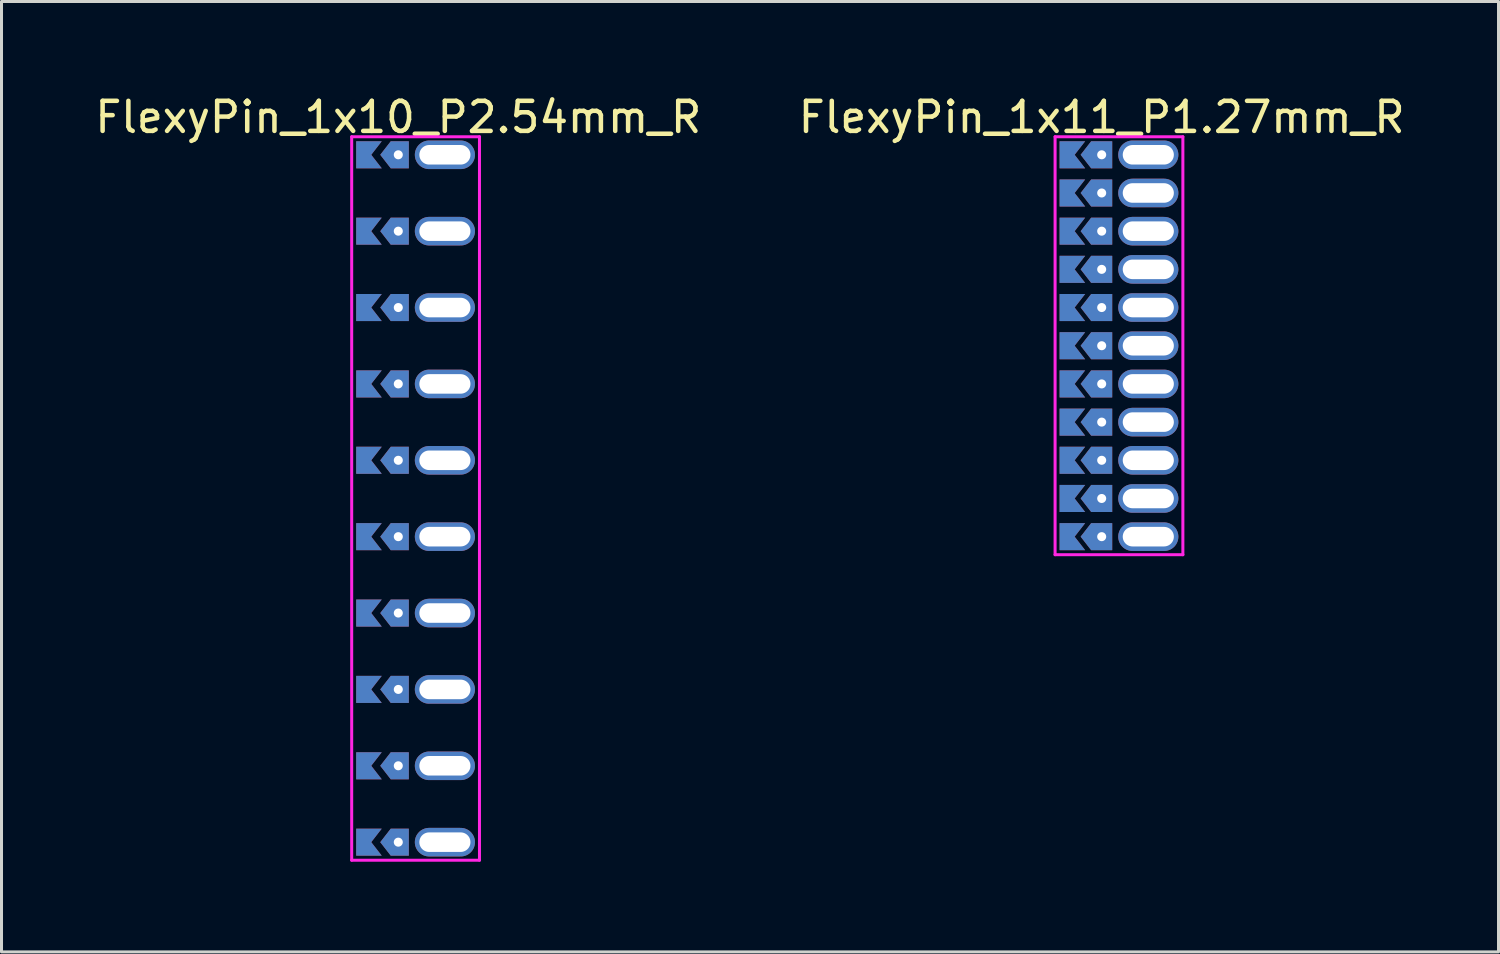
<source format=kicad_pcb>
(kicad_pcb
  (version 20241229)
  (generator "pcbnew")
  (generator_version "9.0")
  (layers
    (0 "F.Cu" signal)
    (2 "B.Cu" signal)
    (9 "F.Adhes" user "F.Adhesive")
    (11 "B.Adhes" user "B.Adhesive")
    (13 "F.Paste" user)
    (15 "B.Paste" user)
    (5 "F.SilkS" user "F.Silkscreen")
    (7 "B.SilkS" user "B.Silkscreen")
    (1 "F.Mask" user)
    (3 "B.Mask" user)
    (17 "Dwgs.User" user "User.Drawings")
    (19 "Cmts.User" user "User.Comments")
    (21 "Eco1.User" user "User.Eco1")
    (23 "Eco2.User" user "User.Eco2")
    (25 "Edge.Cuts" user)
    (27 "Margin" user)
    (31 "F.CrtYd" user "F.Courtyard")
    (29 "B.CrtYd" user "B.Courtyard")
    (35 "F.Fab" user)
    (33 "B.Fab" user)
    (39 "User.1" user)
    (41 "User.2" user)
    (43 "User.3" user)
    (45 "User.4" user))
  (footprint "FlexyPin_1x10_P2.54mm_R"
    (layer "F.Cu")
    (at 10.196 2.098)
    (property "Reference" "FlexyPin_1x10_P2.54mm_R" (at 0 -1.25 0) (layer "F.SilkS") (effects (font (size 1 1) (thickness 0.15))))
    (attr through_hole)
    (fp_line (start -1.55 -0.6) (end 2.7 -0.6) (stroke (width 0.1) (type solid)) (layer "F.CrtYd"))
    (fp_line (start -1.55 23.46) (end -1.55 -0.6) (stroke (width 0.1) (type solid)) (layer "F.CrtYd"))
    (fp_line (start 2.7 -0.6) (end 2.7 23.46) (stroke (width 0.1) (type solid)) (layer "F.CrtYd"))
    (fp_line (start 2.7 23.46) (end -1.55 23.46) (stroke (width 0.1) (type solid)) (layer "F.CrtYd"))
    (pad "" thru_hole custom (at 0 0) (size 0.3 0.3) (drill 0.6) (layers "*.Cu" "*.Mask") (options (anchor rect)) (primitives (gr_poly (pts (xy 0.35 0.45) (xy 0.35 -0.45) (xy -0.25 -0.45) (xy -0.6 0) (xy -0.25 0.45)) (width 0) (fill yes))))
    (pad "" thru_hole custom (at 0 2.54) (size 0.3 0.3) (drill 0.6) (layers "*.Cu" "*.Mask") (options (anchor rect)) (primitives (gr_poly (pts (xy 0.35 0.45) (xy 0.35 -0.45) (xy -0.25 -0.45) (xy -0.6 0) (xy -0.25 0.45)) (width 0) (fill yes))))
    (pad "" thru_hole custom (at 0 5.08) (size 0.3 0.3) (drill 0.6) (layers "*.Cu" "*.Mask") (options (anchor rect)) (primitives (gr_poly (pts (xy 0.35 0.45) (xy 0.35 -0.45) (xy -0.25 -0.45) (xy -0.6 0) (xy -0.25 0.45)) (width 0) (fill yes))))
    (pad "" thru_hole custom (at 0 7.62) (size 0.3 0.3) (drill 0.6) (layers "*.Cu" "*.Mask") (options (anchor rect)) (primitives (gr_poly (pts (xy 0.35 0.45) (xy 0.35 -0.45) (xy -0.25 -0.45) (xy -0.6 0) (xy -0.25 0.45)) (width 0) (fill yes))))
    (pad "" thru_hole custom (at 0 10.16) (size 0.3 0.3) (drill 0.6) (layers "*.Cu" "*.Mask") (options (anchor rect)) (primitives (gr_poly (pts (xy 0.35 0.45) (xy 0.35 -0.45) (xy -0.25 -0.45) (xy -0.6 0) (xy -0.25 0.45)) (width 0) (fill yes))))
    (pad "" thru_hole custom (at 0 12.7) (size 0.3 0.3) (drill 0.6) (layers "*.Cu" "*.Mask") (options (anchor rect)) (primitives (gr_poly (pts (xy 0.35 0.45) (xy 0.35 -0.45) (xy -0.25 -0.45) (xy -0.6 0) (xy -0.25 0.45)) (width 0) (fill yes))))
    (pad "" thru_hole custom (at 0 15.24) (size 0.3 0.3) (drill 0.6) (layers "*.Cu" "*.Mask") (options (anchor rect)) (primitives (gr_poly (pts (xy 0.35 0.45) (xy 0.35 -0.45) (xy -0.25 -0.45) (xy -0.6 0) (xy -0.25 0.45)) (width 0) (fill yes))))
    (pad "" thru_hole custom (at 0 17.78) (size 0.3 0.3) (drill 0.6) (layers "*.Cu" "*.Mask") (options (anchor rect)) (primitives (gr_poly (pts (xy 0.35 0.45) (xy 0.35 -0.45) (xy -0.25 -0.45) (xy -0.6 0) (xy -0.25 0.45)) (width 0) (fill yes))))
    (pad "" thru_hole custom (at 0 20.32) (size 0.3 0.3) (drill 0.6) (layers "*.Cu" "*.Mask") (options (anchor rect)) (primitives (gr_poly (pts (xy 0.35 0.45) (xy 0.35 -0.45) (xy -0.25 -0.45) (xy -0.6 0) (xy -0.25 0.45)) (width 0) (fill yes))))
    (pad "" thru_hole custom (at 0 22.86) (size 0.3 0.3) (drill 0.6) (layers "*.Cu" "*.Mask") (options (anchor rect)) (primitives (gr_poly (pts (xy 0.35 0.45) (xy 0.35 -0.45) (xy -0.25 -0.45) (xy -0.6 0) (xy -0.25 0.45)) (width 0) (fill yes))))
    (pad "" thru_hole oval (at 1.55 0) (size 2 0.95) (drill oval 1.7 0.65) (layers "*.Cu" "*.Mask"))
    (pad "" thru_hole oval (at 1.55 2.54) (size 2 0.95) (drill oval 1.7 0.65) (layers "*.Cu" "*.Mask"))
    (pad "" thru_hole oval (at 1.55 5.08) (size 2 0.95) (drill oval 1.7 0.65) (layers "*.Cu" "*.Mask"))
    (pad "" thru_hole oval (at 1.55 7.62) (size 2 0.95) (drill oval 1.7 0.65) (layers "*.Cu" "*.Mask"))
    (pad "" thru_hole oval (at 1.55 10.16) (size 2 0.95) (drill oval 1.7 0.65) (layers "*.Cu" "*.Mask"))
    (pad "" thru_hole oval (at 1.55 12.7) (size 2 0.95) (drill oval 1.7 0.65) (layers "*.Cu" "*.Mask"))
    (pad "" thru_hole oval (at 1.55 15.24) (size 2 0.95) (drill oval 1.7 0.65) (layers "*.Cu" "*.Mask"))
    (pad "" thru_hole oval (at 1.55 17.78) (size 2 0.95) (drill oval 1.7 0.65) (layers "*.Cu" "*.Mask"))
    (pad "" thru_hole oval (at 1.55 20.32) (size 2 0.95) (drill oval 1.7 0.65) (layers "*.Cu" "*.Mask"))
    (pad "" thru_hole oval (at 1.55 22.86) (size 2 0.95) (drill oval 1.7 0.65) (layers "*.Cu" "*.Mask"))
    (pad "1" smd custom (at -0.9 0) (size 0.01 0.01) (layers "F.Cu" "F.Mask") (options (anchor rect)) (primitives (gr_poly (pts (xy 0 0) (xy 0.35 0.45) (xy -0.5 0.45) (xy -0.5 -0.45) (xy 0.35 -0.45)) (width 0) (fill yes))))
    (pad "2" smd custom (at -0.9 2.54) (size 0.01 0.01) (layers "F.Cu" "F.Mask") (options (anchor rect)) (primitives (gr_poly (pts (xy 0 0) (xy 0.35 0.45) (xy -0.5 0.45) (xy -0.5 -0.45) (xy 0.35 -0.45)) (width 0) (fill yes))))
    (pad "3" smd custom (at -0.9 5.08) (size 0.01 0.01) (layers "F.Cu" "F.Mask") (options (anchor rect)) (primitives (gr_poly (pts (xy 0 0) (xy 0.35 0.45) (xy -0.5 0.45) (xy -0.5 -0.45) (xy 0.35 -0.45)) (width 0) (fill yes))))
    (pad "4" smd custom (at -0.9 7.62) (size 0.01 0.01) (layers "F.Cu" "F.Mask") (options (anchor rect)) (primitives (gr_poly (pts (xy 0 0) (xy 0.35 0.45) (xy -0.5 0.45) (xy -0.5 -0.45) (xy 0.35 -0.45)) (width 0) (fill yes))))
    (pad "5" smd custom (at -0.9 10.16) (size 0.01 0.01) (layers "F.Cu" "F.Mask") (options (anchor rect)) (primitives (gr_poly (pts (xy 0 0) (xy 0.35 0.45) (xy -0.5 0.45) (xy -0.5 -0.45) (xy 0.35 -0.45)) (width 0) (fill yes))))
    (pad "6" smd custom (at -0.9 12.7) (size 0.01 0.01) (layers "F.Cu" "F.Mask") (options (anchor rect)) (primitives (gr_poly (pts (xy 0 0) (xy 0.35 0.45) (xy -0.5 0.45) (xy -0.5 -0.45) (xy 0.35 -0.45)) (width 0) (fill yes))))
    (pad "7" smd custom (at -0.9 15.24) (size 0.01 0.01) (layers "F.Cu" "F.Mask") (options (anchor rect)) (primitives (gr_poly (pts (xy 0 0) (xy 0.35 0.45) (xy -0.5 0.45) (xy -0.5 -0.45) (xy 0.35 -0.45)) (width 0) (fill yes))))
    (pad "8" smd custom (at -0.9 17.78) (size 0.01 0.01) (layers "F.Cu" "F.Mask") (options (anchor rect)) (primitives (gr_poly (pts (xy 0 0) (xy 0.35 0.45) (xy -0.5 0.45) (xy -0.5 -0.45) (xy 0.35 -0.45)) (width 0) (fill yes))))
    (pad "9" smd custom (at -0.9 20.32) (size 0.01 0.01) (layers "F.Cu" "F.Mask") (options (anchor rect)) (primitives (gr_poly (pts (xy 0 0) (xy 0.35 0.45) (xy -0.5 0.45) (xy -0.5 -0.45) (xy 0.35 -0.45)) (width 0) (fill yes))))
    (pad "10" smd custom (at -0.9 22.86) (size 0.01 0.01) (layers "F.Cu" "F.Mask") (options (anchor rect)) (primitives (gr_poly (pts (xy 0 0) (xy 0.35 0.45) (xy -0.5 0.45) (xy -0.5 -0.45) (xy 0.35 -0.45)) (width 0) (fill yes))))
    (pad "11" smd custom (at -0.9 0) (size 0.01 0.01) (layers "B.Cu" "B.Mask") (options (anchor rect)) (primitives (gr_poly (pts (xy 0 0) (xy 0.35 0.45) (xy -0.5 0.45) (xy -0.5 -0.45) (xy 0.35 -0.45)) (width 0) (fill yes))))
    (pad "12" smd custom (at -0.9 2.54) (size 0.01 0.01) (layers "B.Cu" "B.Mask") (options (anchor rect)) (primitives (gr_poly (pts (xy 0 0) (xy 0.35 0.45) (xy -0.5 0.45) (xy -0.5 -0.45) (xy 0.35 -0.45)) (width 0) (fill yes))))
    (pad "13" smd custom (at -0.9 5.08) (size 0.01 0.01) (layers "B.Cu" "B.Mask") (options (anchor rect)) (primitives (gr_poly (pts (xy 0 0) (xy 0.35 0.45) (xy -0.5 0.45) (xy -0.5 -0.45) (xy 0.35 -0.45)) (width 0) (fill yes))))
    (pad "14" smd custom (at -0.9 7.62) (size 0.01 0.01) (layers "B.Cu" "B.Mask") (options (anchor rect)) (primitives (gr_poly (pts (xy 0 0) (xy 0.35 0.45) (xy -0.5 0.45) (xy -0.5 -0.45) (xy 0.35 -0.45)) (width 0) (fill yes))))
    (pad "15" smd custom (at -0.9 10.16) (size 0.01 0.01) (layers "B.Cu" "B.Mask") (options (anchor rect)) (primitives (gr_poly (pts (xy 0 0) (xy 0.35 0.45) (xy -0.5 0.45) (xy -0.5 -0.45) (xy 0.35 -0.45)) (width 0) (fill yes))))
    (pad "16" smd custom (at -0.9 12.7) (size 0.01 0.01) (layers "B.Cu" "B.Mask") (options (anchor rect)) (primitives (gr_poly (pts (xy 0 0) (xy 0.35 0.45) (xy -0.5 0.45) (xy -0.5 -0.45) (xy 0.35 -0.45)) (width 0) (fill yes))))
    (pad "17" smd custom (at -0.9 15.24) (size 0.01 0.01) (layers "B.Cu" "B.Mask") (options (anchor rect)) (primitives (gr_poly (pts (xy 0 0) (xy 0.35 0.45) (xy -0.5 0.45) (xy -0.5 -0.45) (xy 0.35 -0.45)) (width 0) (fill yes))))
    (pad "18" smd custom (at -0.9 17.78) (size 0.01 0.01) (layers "B.Cu" "B.Mask") (options (anchor rect)) (primitives (gr_poly (pts (xy 0 0) (xy 0.35 0.45) (xy -0.5 0.45) (xy -0.5 -0.45) (xy 0.35 -0.45)) (width 0) (fill yes))))
    (pad "19" smd custom (at -0.9 20.32) (size 0.01 0.01) (layers "B.Cu" "B.Mask") (options (anchor rect)) (primitives (gr_poly (pts (xy 0 0) (xy 0.35 0.45) (xy -0.5 0.45) (xy -0.5 -0.45) (xy 0.35 -0.45)) (width 0) (fill yes))))
    (pad "20" smd custom (at -0.9 22.86) (size 0.01 0.01) (layers "B.Cu" "B.Mask") (options (anchor rect)) (primitives (gr_poly (pts (xy 0 0) (xy 0.35 0.45) (xy -0.5 0.45) (xy -0.5 -0.45) (xy 0.35 -0.45)) (width 0) (fill yes)))))
  (footprint "FlexyPin_1x11_P1.27mm_R"
    (layer "F.Cu")
    (at 33.589 2.098)
    (property "Reference" "FlexyPin_1x11_P1.27mm_R" (at 0 -1.25 0) (layer "F.SilkS") (effects (font (size 1 1) (thickness 0.15))))
    (attr through_hole)
    (fp_line (start -1.55 -0.6) (end 2.7 -0.6) (stroke (width 0.1) (type solid)) (layer "F.CrtYd"))
    (fp_line (start -1.55 13.3) (end -1.55 -0.6) (stroke (width 0.1) (type solid)) (layer "F.CrtYd"))
    (fp_line (start 2.7 -0.6) (end 2.7 13.3) (stroke (width 0.1) (type solid)) (layer "F.CrtYd"))
    (fp_line (start 2.7 13.3) (end -1.55 13.3) (stroke (width 0.1) (type solid)) (layer "F.CrtYd"))
    (pad "" thru_hole custom (at 0 0) (size 0.3 0.3) (drill 0.6) (layers "*.Cu" "*.Mask") (options (anchor rect)) (primitives (gr_poly (pts (xy 0.35 0.45) (xy 0.35 -0.45) (xy -0.35 -0.45) (xy -0.7 0) (xy -0.35 0.45)) (width 0) (fill yes))))
    (pad "" thru_hole custom (at 0 1.27) (size 0.3 0.3) (drill 0.6) (layers "*.Cu" "*.Mask") (options (anchor rect)) (primitives (gr_poly (pts (xy 0.35 0.45) (xy 0.35 -0.45) (xy -0.35 -0.45) (xy -0.7 0) (xy -0.35 0.45)) (width 0) (fill yes))))
    (pad "" thru_hole custom (at 0 2.54) (size 0.3 0.3) (drill 0.6) (layers "*.Cu" "*.Mask") (options (anchor rect)) (primitives (gr_poly (pts (xy 0.35 0.45) (xy 0.35 -0.45) (xy -0.35 -0.45) (xy -0.7 0) (xy -0.35 0.45)) (width 0) (fill yes))))
    (pad "" thru_hole custom (at 0 3.81) (size 0.3 0.3) (drill 0.6) (layers "*.Cu" "*.Mask") (options (anchor rect)) (primitives (gr_poly (pts (xy 0.35 0.45) (xy 0.35 -0.45) (xy -0.35 -0.45) (xy -0.7 0) (xy -0.35 0.45)) (width 0) (fill yes))))
    (pad "" thru_hole custom (at 0 5.08) (size 0.3 0.3) (drill 0.6) (layers "*.Cu" "*.Mask") (options (anchor rect)) (primitives (gr_poly (pts (xy 0.35 0.45) (xy 0.35 -0.45) (xy -0.35 -0.45) (xy -0.7 0) (xy -0.35 0.45)) (width 0) (fill yes))))
    (pad "" thru_hole custom (at 0 6.35) (size 0.3 0.3) (drill 0.6) (layers "*.Cu" "*.Mask") (options (anchor rect)) (primitives (gr_poly (pts (xy 0.35 0.45) (xy 0.35 -0.45) (xy -0.35 -0.45) (xy -0.7 0) (xy -0.35 0.45)) (width 0) (fill yes))))
    (pad "" thru_hole custom (at 0 7.62) (size 0.3 0.3) (drill 0.6) (layers "*.Cu" "*.Mask") (options (anchor rect)) (primitives (gr_poly (pts (xy 0.35 0.45) (xy 0.35 -0.45) (xy -0.35 -0.45) (xy -0.7 0) (xy -0.35 0.45)) (width 0) (fill yes))))
    (pad "" thru_hole custom (at 0 8.89) (size 0.3 0.3) (drill 0.6) (layers "*.Cu" "*.Mask") (options (anchor rect)) (primitives (gr_poly (pts (xy 0.35 0.45) (xy 0.35 -0.45) (xy -0.35 -0.45) (xy -0.7 0) (xy -0.35 0.45)) (width 0) (fill yes))))
    (pad "" thru_hole custom (at 0 10.16) (size 0.3 0.3) (drill 0.6) (layers "*.Cu" "*.Mask") (options (anchor rect)) (primitives (gr_poly (pts (xy 0.35 0.45) (xy 0.35 -0.45) (xy -0.35 -0.45) (xy -0.7 0) (xy -0.35 0.45)) (width 0) (fill yes))))
    (pad "" thru_hole custom (at 0 11.43) (size 0.3 0.3) (drill 0.6) (layers "*.Cu" "*.Mask") (options (anchor rect)) (primitives (gr_poly (pts (xy 0.35 0.45) (xy 0.35 -0.45) (xy -0.35 -0.45) (xy -0.7 0) (xy -0.35 0.45)) (width 0) (fill yes))))
    (pad "" thru_hole custom (at 0 12.7) (size 0.3 0.3) (drill 0.6) (layers "*.Cu" "*.Mask") (options (anchor rect)) (primitives (gr_poly (pts (xy 0.35 0.45) (xy 0.35 -0.45) (xy -0.35 -0.45) (xy -0.7 0) (xy -0.35 0.45)) (width 0) (fill yes))))
    (pad "" thru_hole oval (at 1.55 0) (size 2 0.95) (drill oval 1.7 0.65) (layers "*.Cu" "*.Mask"))
    (pad "" thru_hole oval (at 1.55 1.27) (size 2 0.95) (drill oval 1.7 0.65) (layers "*.Cu" "*.Mask"))
    (pad "" thru_hole oval (at 1.55 2.54) (size 2 0.95) (drill oval 1.7 0.65) (layers "*.Cu" "*.Mask"))
    (pad "" thru_hole oval (at 1.55 3.81) (size 2 0.95) (drill oval 1.7 0.65) (layers "*.Cu" "*.Mask"))
    (pad "" thru_hole oval (at 1.55 5.08) (size 2 0.95) (drill oval 1.7 0.65) (layers "*.Cu" "*.Mask"))
    (pad "" thru_hole oval (at 1.55 6.35) (size 2 0.95) (drill oval 1.7 0.65) (layers "*.Cu" "*.Mask"))
    (pad "" thru_hole oval (at 1.55 7.62) (size 2 0.95) (drill oval 1.7 0.65) (layers "*.Cu" "*.Mask"))
    (pad "" thru_hole oval (at 1.55 8.89) (size 2 0.95) (drill oval 1.7 0.65) (layers "*.Cu" "*.Mask"))
    (pad "" thru_hole oval (at 1.55 10.16) (size 2 0.95) (drill oval 1.7 0.65) (layers "*.Cu" "*.Mask"))
    (pad "" thru_hole oval (at 1.55 11.43) (size 2 0.95) (drill oval 1.7 0.65) (layers "*.Cu" "*.Mask"))
    (pad "" thru_hole oval (at 1.55 12.7) (size 2 0.95) (drill oval 1.7 0.65) (layers "*.Cu" "*.Mask"))
    (pad "1" smd custom (at -0.9 0) (size 0.01 0.01) (layers "F.Cu" "F.Mask") (options (anchor rect)) (primitives (gr_poly (pts (xy 0 0) (xy 0.35 0.45) (xy -0.5 0.45) (xy -0.5 -0.45) (xy 0.35 -0.45)) (width 0) (fill yes))))
    (pad "2" smd custom (at -0.9 1.27) (size 0.01 0.01) (layers "F.Cu" "F.Mask") (options (anchor rect)) (primitives (gr_poly (pts (xy 0 0) (xy 0.35 0.45) (xy -0.5 0.45) (xy -0.5 -0.45) (xy 0.35 -0.45)) (width 0) (fill yes))))
    (pad "3" smd custom (at -0.9 2.54) (size 0.01 0.01) (layers "F.Cu" "F.Mask") (options (anchor rect)) (primitives (gr_poly (pts (xy 0 0) (xy 0.35 0.45) (xy -0.5 0.45) (xy -0.5 -0.45) (xy 0.35 -0.45)) (width 0) (fill yes))))
    (pad "4" smd custom (at -0.9 3.81) (size 0.01 0.01) (layers "F.Cu" "F.Mask") (options (anchor rect)) (primitives (gr_poly (pts (xy 0 0) (xy 0.35 0.45) (xy -0.5 0.45) (xy -0.5 -0.45) (xy 0.35 -0.45)) (width 0) (fill yes))))
    (pad "5" smd custom (at -0.9 5.08) (size 0.01 0.01) (layers "F.Cu" "F.Mask") (options (anchor rect)) (primitives (gr_poly (pts (xy 0 0) (xy 0.35 0.45) (xy -0.5 0.45) (xy -0.5 -0.45) (xy 0.35 -0.45)) (width 0) (fill yes))))
    (pad "6" smd custom (at -0.9 6.35) (size 0.01 0.01) (layers "F.Cu" "F.Mask") (options (anchor rect)) (primitives (gr_poly (pts (xy 0 0) (xy 0.35 0.45) (xy -0.5 0.45) (xy -0.5 -0.45) (xy 0.35 -0.45)) (width 0) (fill yes))))
    (pad "7" smd custom (at -0.9 7.62) (size 0.01 0.01) (layers "F.Cu" "F.Mask") (options (anchor rect)) (primitives (gr_poly (pts (xy 0 0) (xy 0.35 0.45) (xy -0.5 0.45) (xy -0.5 -0.45) (xy 0.35 -0.45)) (width 0) (fill yes))))
    (pad "8" smd custom (at -0.9 8.89) (size 0.01 0.01) (layers "F.Cu" "F.Mask") (options (anchor rect)) (primitives (gr_poly (pts (xy 0 0) (xy 0.35 0.45) (xy -0.5 0.45) (xy -0.5 -0.45) (xy 0.35 -0.45)) (width 0) (fill yes))))
    (pad "9" smd custom (at -0.9 10.16) (size 0.01 0.01) (layers "F.Cu" "F.Mask") (options (anchor rect)) (primitives (gr_poly (pts (xy 0 0) (xy 0.35 0.45) (xy -0.5 0.45) (xy -0.5 -0.45) (xy 0.35 -0.45)) (width 0) (fill yes))))
    (pad "10" smd custom (at -0.9 11.43) (size 0.01 0.01) (layers "F.Cu" "F.Mask") (options (anchor rect)) (primitives (gr_poly (pts (xy 0 0) (xy 0.35 0.45) (xy -0.5 0.45) (xy -0.5 -0.45) (xy 0.35 -0.45)) (width 0) (fill yes))))
    (pad "11" smd custom (at -0.9 12.7) (size 0.01 0.01) (layers "F.Cu" "F.Mask") (options (anchor rect)) (primitives (gr_poly (pts (xy 0 0) (xy 0.35 0.45) (xy -0.5 0.45) (xy -0.5 -0.45) (xy 0.35 -0.45)) (width 0) (fill yes))))
    (pad "12" smd custom (at -0.9 0) (size 0.01 0.01) (layers "B.Cu" "B.Mask") (options (anchor rect)) (primitives (gr_poly (pts (xy 0 0) (xy 0.35 0.45) (xy -0.5 0.45) (xy -0.5 -0.45) (xy 0.35 -0.45)) (width 0) (fill yes))))
    (pad "13" smd custom (at -0.9 1.27) (size 0.01 0.01) (layers "B.Cu" "B.Mask") (options (anchor rect)) (primitives (gr_poly (pts (xy 0 0) (xy 0.35 0.45) (xy -0.5 0.45) (xy -0.5 -0.45) (xy 0.35 -0.45)) (width 0) (fill yes))))
    (pad "14" smd custom (at -0.9 2.54) (size 0.01 0.01) (layers "B.Cu" "B.Mask") (options (anchor rect)) (primitives (gr_poly (pts (xy 0 0) (xy 0.35 0.45) (xy -0.5 0.45) (xy -0.5 -0.45) (xy 0.35 -0.45)) (width 0) (fill yes))))
    (pad "15" smd custom (at -0.9 3.81) (size 0.01 0.01) (layers "B.Cu" "B.Mask") (options (anchor rect)) (primitives (gr_poly (pts (xy 0 0) (xy 0.35 0.45) (xy -0.5 0.45) (xy -0.5 -0.45) (xy 0.35 -0.45)) (width 0) (fill yes))))
    (pad "16" smd custom (at -0.9 5.08) (size 0.01 0.01) (layers "B.Cu" "B.Mask") (options (anchor rect)) (primitives (gr_poly (pts (xy 0 0) (xy 0.35 0.45) (xy -0.5 0.45) (xy -0.5 -0.45) (xy 0.35 -0.45)) (width 0) (fill yes))))
    (pad "17" smd custom (at -0.9 6.35) (size 0.01 0.01) (layers "B.Cu" "B.Mask") (options (anchor rect)) (primitives (gr_poly (pts (xy 0 0) (xy 0.35 0.45) (xy -0.5 0.45) (xy -0.5 -0.45) (xy 0.35 -0.45)) (width 0) (fill yes))))
    (pad "18" smd custom (at -0.9 7.62) (size 0.01 0.01) (layers "B.Cu" "B.Mask") (options (anchor rect)) (primitives (gr_poly (pts (xy 0 0) (xy 0.35 0.45) (xy -0.5 0.45) (xy -0.5 -0.45) (xy 0.35 -0.45)) (width 0) (fill yes))))
    (pad "19" smd custom (at -0.9 8.89) (size 0.01 0.01) (layers "B.Cu" "B.Mask") (options (anchor rect)) (primitives (gr_poly (pts (xy 0 0) (xy 0.35 0.45) (xy -0.5 0.45) (xy -0.5 -0.45) (xy 0.35 -0.45)) (width 0) (fill yes))))
    (pad "20" smd custom (at -0.9 10.16) (size 0.01 0.01) (layers "B.Cu" "B.Mask") (options (anchor rect)) (primitives (gr_poly (pts (xy 0 0) (xy 0.35 0.45) (xy -0.5 0.45) (xy -0.5 -0.45) (xy 0.35 -0.45)) (width 0) (fill yes))))
    (pad "21" smd custom (at -0.9 11.43) (size 0.01 0.01) (layers "B.Cu" "B.Mask") (options (anchor rect)) (primitives (gr_poly (pts (xy 0 0) (xy 0.35 0.45) (xy -0.5 0.45) (xy -0.5 -0.45) (xy 0.35 -0.45)) (width 0) (fill yes))))
    (pad "22" smd custom (at -0.9 12.7) (size 0.01 0.01) (layers "B.Cu" "B.Mask") (options (anchor rect)) (primitives (gr_poly (pts (xy 0 0) (xy 0.35 0.45) (xy -0.5 0.45) (xy -0.5 -0.45) (xy 0.35 -0.45)) (width 0) (fill yes)))))
  (gr_rect
    (start -3 -3)
    (end 46.786 28.608)
    (stroke (width 0.1) (type default))
    (fill no)
    (layer "Edge.Cuts")))
</source>
